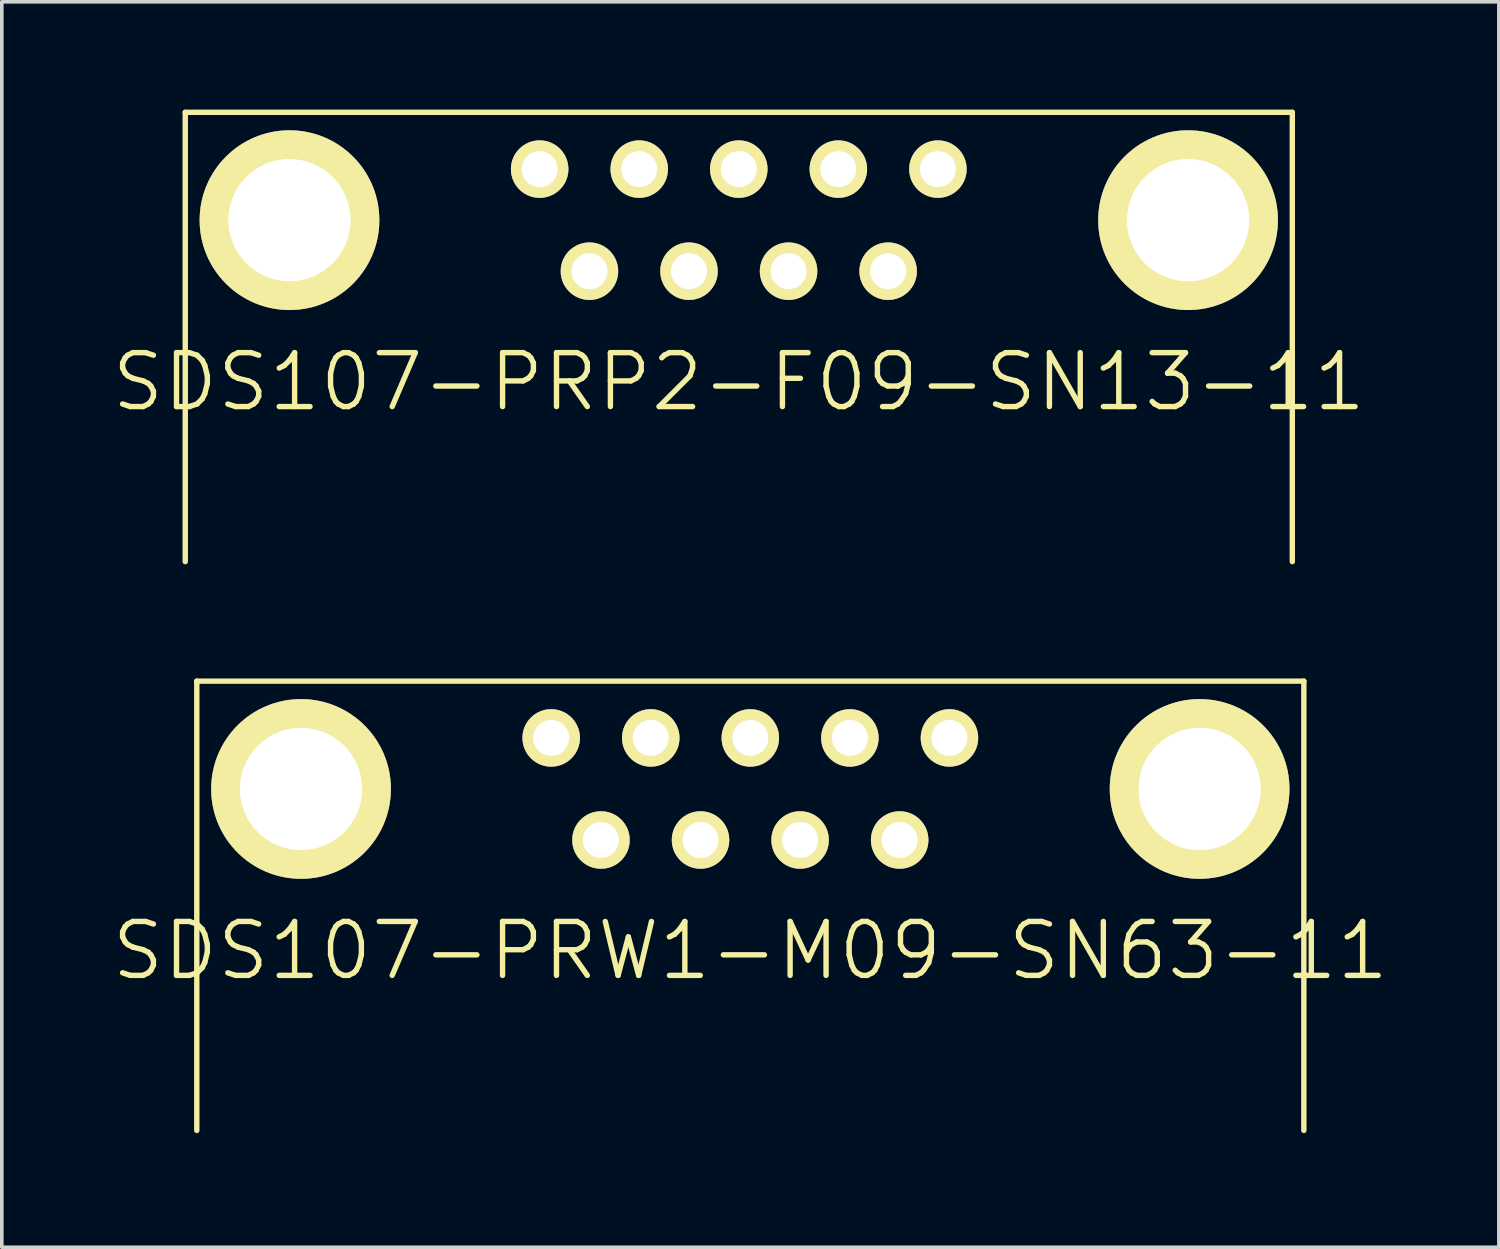
<source format=kicad_pcb>
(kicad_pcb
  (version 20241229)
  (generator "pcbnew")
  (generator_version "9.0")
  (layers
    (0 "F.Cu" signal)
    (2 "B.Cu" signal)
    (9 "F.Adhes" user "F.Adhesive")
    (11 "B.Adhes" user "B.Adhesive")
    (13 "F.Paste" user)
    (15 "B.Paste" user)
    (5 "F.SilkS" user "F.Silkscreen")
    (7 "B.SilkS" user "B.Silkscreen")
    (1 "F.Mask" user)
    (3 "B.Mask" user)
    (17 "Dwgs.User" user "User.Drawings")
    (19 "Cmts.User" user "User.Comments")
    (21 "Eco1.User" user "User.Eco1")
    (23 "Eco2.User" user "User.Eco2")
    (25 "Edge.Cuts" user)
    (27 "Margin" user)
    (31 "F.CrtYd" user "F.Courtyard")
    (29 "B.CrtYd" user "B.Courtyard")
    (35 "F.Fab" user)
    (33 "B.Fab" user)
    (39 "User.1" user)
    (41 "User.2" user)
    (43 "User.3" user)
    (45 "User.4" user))
  (footprint "SDS107-PRW1-M09-SN63-11"
    (layer "F.Cu")
    (at 17.825 28.4)
    (property "Reference" "SDS107-PRW1-M09-SN63-11" (at 0 -5 0) (layer "F.SilkS") (effects (font (size 1.5 1.5) (thickness 0.15))))
    (attr through_hole)
    (fp_line (start -15.4 -12.5) (end 15.4 -12.5) (stroke (width 0.15) (type solid)) (layer "F.SilkS"))
    (fp_line (start -15.4 0) (end -15.4 -12.5) (stroke (width 0.15) (type solid)) (layer "F.SilkS"))
    (fp_line (start 15.4 -12.5) (end 15.4 0) (stroke (width 0.15) (type solid)) (layer "F.SilkS"))
    (pad "0" thru_hole circle (at -12.5 -9.5) (size 5 5) (drill 3.4) (layers "*.Cu" "*.Mask" "F.SilkS"))
    (pad "0" thru_hole circle (at 12.5 -9.5) (size 5 5) (drill 3.4) (layers "*.Cu" "*.Mask" "F.SilkS"))
    (pad "1" thru_hole circle (at -5.54 -10.92) (size 1.6 1.6) (drill 1) (layers "*.Cu" "*.Mask" "F.SilkS"))
    (pad "2" thru_hole circle (at -2.77 -10.92) (size 1.6 1.6) (drill 1) (layers "*.Cu" "*.Mask" "F.SilkS"))
    (pad "3" thru_hole circle (at 0 -10.92) (size 1.6 1.6) (drill 1) (layers "*.Cu" "*.Mask" "F.SilkS"))
    (pad "4" thru_hole circle (at 2.77 -10.92) (size 1.6 1.6) (drill 1) (layers "*.Cu" "*.Mask" "F.SilkS"))
    (pad "5" thru_hole circle (at 5.54 -10.92) (size 1.6 1.6) (drill 1) (layers "*.Cu" "*.Mask" "F.SilkS"))
    (pad "6" thru_hole circle (at -4.155 -8.08) (size 1.6 1.6) (drill 1) (layers "*.Cu" "*.Mask" "F.SilkS"))
    (pad "7" thru_hole circle (at -1.385 -8.08) (size 1.6 1.6) (drill 1) (layers "*.Cu" "*.Mask" "F.SilkS"))
    (pad "8" thru_hole circle (at 1.385 -8.08) (size 1.6 1.6) (drill 1) (layers "*.Cu" "*.Mask" "F.SilkS"))
    (pad "9" thru_hole circle (at 4.155 -8.08) (size 1.6 1.6) (drill 1) (layers "*.Cu" "*.Mask" "F.SilkS")))
  (footprint "SDS107-PRP2-F09-SN13-11"
    (layer "F.Cu")
    (at 17.504 12.575)
    (property "Reference" "SDS107-PRP2-F09-SN13-11" (at 0 -5 0) (layer "F.SilkS") (effects (font (size 1.5 1.5) (thickness 0.15))))
    (attr through_hole)
    (fp_line (start -15.4 -12.5) (end 15.4 -12.5) (stroke (width 0.15) (type solid)) (layer "F.SilkS"))
    (fp_line (start -15.4 0) (end -15.4 -12.5) (stroke (width 0.15) (type solid)) (layer "F.SilkS"))
    (fp_line (start 15.4 -12.5) (end 15.4 0) (stroke (width 0.15) (type solid)) (layer "F.SilkS"))
    (pad "0" thru_hole circle (at -12.5 -9.5) (size 5 5) (drill 3.4) (layers "*.Cu" "*.Mask" "F.SilkS"))
    (pad "0" thru_hole circle (at 12.5 -9.5) (size 5 5) (drill 3.4) (layers "*.Cu" "*.Mask" "F.SilkS"))
    (pad "1" thru_hole circle (at 5.54 -10.92) (size 1.6 1.6) (drill 1) (layers "*.Cu" "*.Mask" "F.SilkS"))
    (pad "2" thru_hole circle (at 2.77 -10.92) (size 1.6 1.6) (drill 1) (layers "*.Cu" "*.Mask" "F.SilkS"))
    (pad "3" thru_hole circle (at 0 -10.92) (size 1.6 1.6) (drill 1) (layers "*.Cu" "*.Mask" "F.SilkS"))
    (pad "4" thru_hole circle (at -2.77 -10.92) (size 1.6 1.6) (drill 1) (layers "*.Cu" "*.Mask" "F.SilkS"))
    (pad "5" thru_hole circle (at -5.54 -10.92) (size 1.6 1.6) (drill 1) (layers "*.Cu" "*.Mask" "F.SilkS"))
    (pad "6" thru_hole circle (at 4.155 -8.08) (size 1.6 1.6) (drill 1) (layers "*.Cu" "*.Mask" "F.SilkS"))
    (pad "7" thru_hole circle (at 1.385 -8.08) (size 1.6 1.6) (drill 1) (layers "*.Cu" "*.Mask" "F.SilkS"))
    (pad "8" thru_hole circle (at -1.385 -8.08) (size 1.6 1.6) (drill 1) (layers "*.Cu" "*.Mask" "F.SilkS"))
    (pad "9" thru_hole circle (at -4.155 -8.08) (size 1.6 1.6) (drill 1) (layers "*.Cu" "*.Mask" "F.SilkS")))
  (gr_rect
    (start -3 -3)
    (end 38.65 31.65)
    (stroke (width 0.1) (type default))
    (fill no)
    (layer "Edge.Cuts")))
</source>
